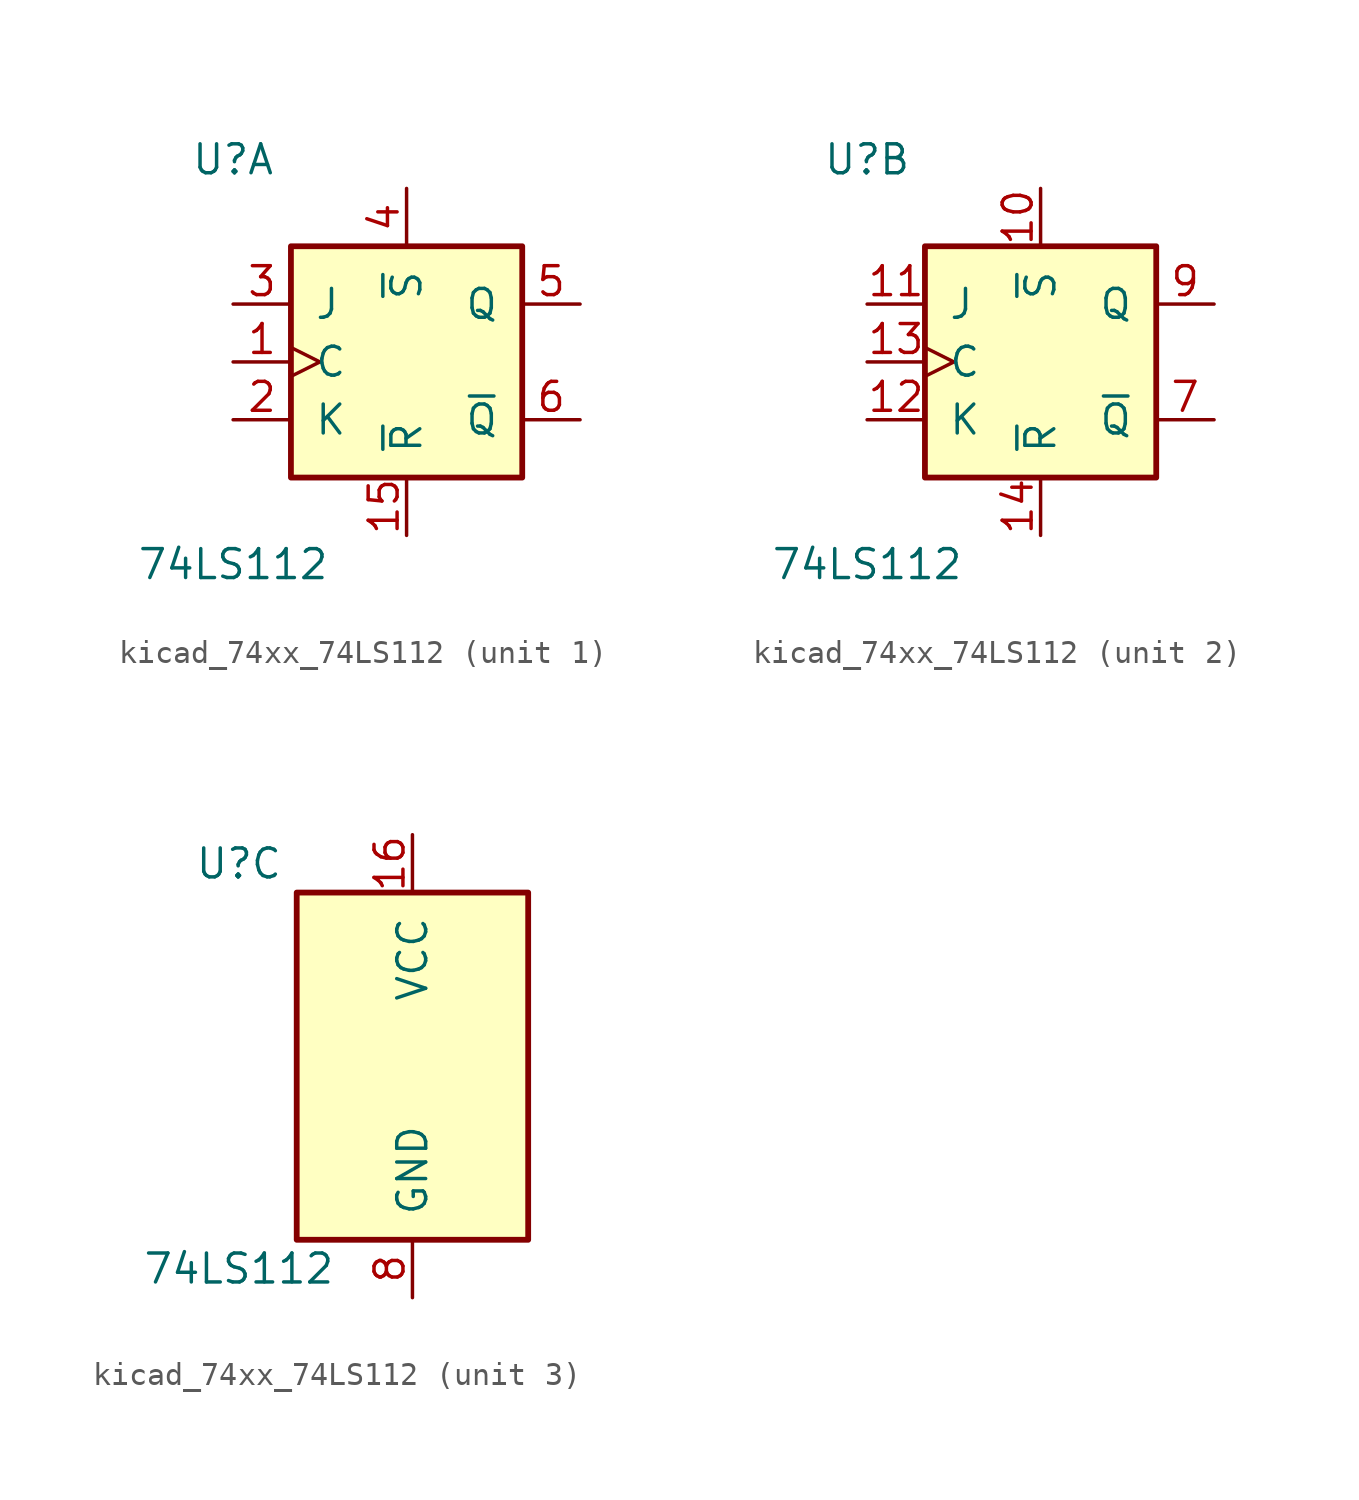
<source format=kicad_sym>
(kicad_symbol_lib
  (version 20220914)
  (generator kicad_symbol_editor)
  (symbol "kicad_74xx_74LS112"
    (pin_names
      (offset 1.016))
    (property "Reference" "U"
      (at -7.62 8.89 0)
      (effects (font (size 1.27 1.27))))
    (property "Value" "74LS112"
      (at -7.62 -8.89 0)
      (effects (font (size 1.27 1.27))))
    (property "ki_locked" ""
      (at 0 0 0)
      (effects (font (size 1.27 1.27))))
    (symbol "kicad_74xx_74LS112_1_0"
      (pin input clock (at -7.62 0 0) (length 2.54) (name "C" (effects (font (size 1.27 1.27)))) (number "1" (effects (font (size 1.27 1.27)))))
      (pin input line (at 0 -7.62 90) (length 2.54) (name "~{R}" (effects (font (size 1.27 1.27)))) (number "15" (effects (font (size 1.27 1.27)))))
      (pin input line (at -7.62 -2.54 0) (length 2.54) (name "K" (effects (font (size 1.27 1.27)))) (number "2" (effects (font (size 1.27 1.27)))))
      (pin input line (at -7.62 2.54 0) (length 2.54) (name "J" (effects (font (size 1.27 1.27)))) (number "3" (effects (font (size 1.27 1.27)))))
      (pin input line (at 0 7.62 270) (length 2.54) (name "~{S}" (effects (font (size 1.27 1.27)))) (number "4" (effects (font (size 1.27 1.27)))))
      (pin output line (at 7.62 2.54 180) (length 2.54) (name "Q" (effects (font (size 1.27 1.27)))) (number "5" (effects (font (size 1.27 1.27)))))
      (pin output line (at 7.62 -2.54 180) (length 2.54) (name "~{Q}" (effects (font (size 1.27 1.27)))) (number "6" (effects (font (size 1.27 1.27))))))
    (symbol "kicad_74xx_74LS112_1_1"
      (rectangle (start -5.08 5.08) (end 5.08 -5.08) (stroke (width 0.254) (type default)) (fill (type background))))
    (symbol "kicad_74xx_74LS112_2_0"
      (pin input line (at 0 7.62 270) (length 2.54) (name "~{S}" (effects (font (size 1.27 1.27)))) (number "10" (effects (font (size 1.27 1.27)))))
      (pin input line (at -7.62 2.54 0) (length 2.54) (name "J" (effects (font (size 1.27 1.27)))) (number "11" (effects (font (size 1.27 1.27)))))
      (pin input line (at -7.62 -2.54 0) (length 2.54) (name "K" (effects (font (size 1.27 1.27)))) (number "12" (effects (font (size 1.27 1.27)))))
      (pin input clock (at -7.62 0 0) (length 2.54) (name "C" (effects (font (size 1.27 1.27)))) (number "13" (effects (font (size 1.27 1.27)))))
      (pin input line (at 0 -7.62 90) (length 2.54) (name "~{R}" (effects (font (size 1.27 1.27)))) (number "14" (effects (font (size 1.27 1.27)))))
      (pin output line (at 7.62 -2.54 180) (length 2.54) (name "~{Q}" (effects (font (size 1.27 1.27)))) (number "7" (effects (font (size 1.27 1.27)))))
      (pin output line (at 7.62 2.54 180) (length 2.54) (name "Q" (effects (font (size 1.27 1.27)))) (number "9" (effects (font (size 1.27 1.27))))))
    (symbol "kicad_74xx_74LS112_2_1"
      (rectangle (start -5.08 5.08) (end 5.08 -5.08) (stroke (width 0.254) (type default)) (fill (type background))))
    (symbol "kicad_74xx_74LS112_3_0"
      (pin power_in line (at 0 10.16 270) (length 2.54) (name "VCC" (effects (font (size 1.27 1.27)))) (number "16" (effects (font (size 1.27 1.27)))))
      (pin power_in line (at 0 -10.16 90) (length 2.54) (name "GND" (effects (font (size 1.27 1.27)))) (number "8" (effects (font (size 1.27 1.27))))))
    (symbol "kicad_74xx_74LS112_3_1"
      (rectangle (start -5.08 7.62) (end 5.08 -7.62) (stroke (width 0.254) (type default)) (fill (type background))))))
</source>
